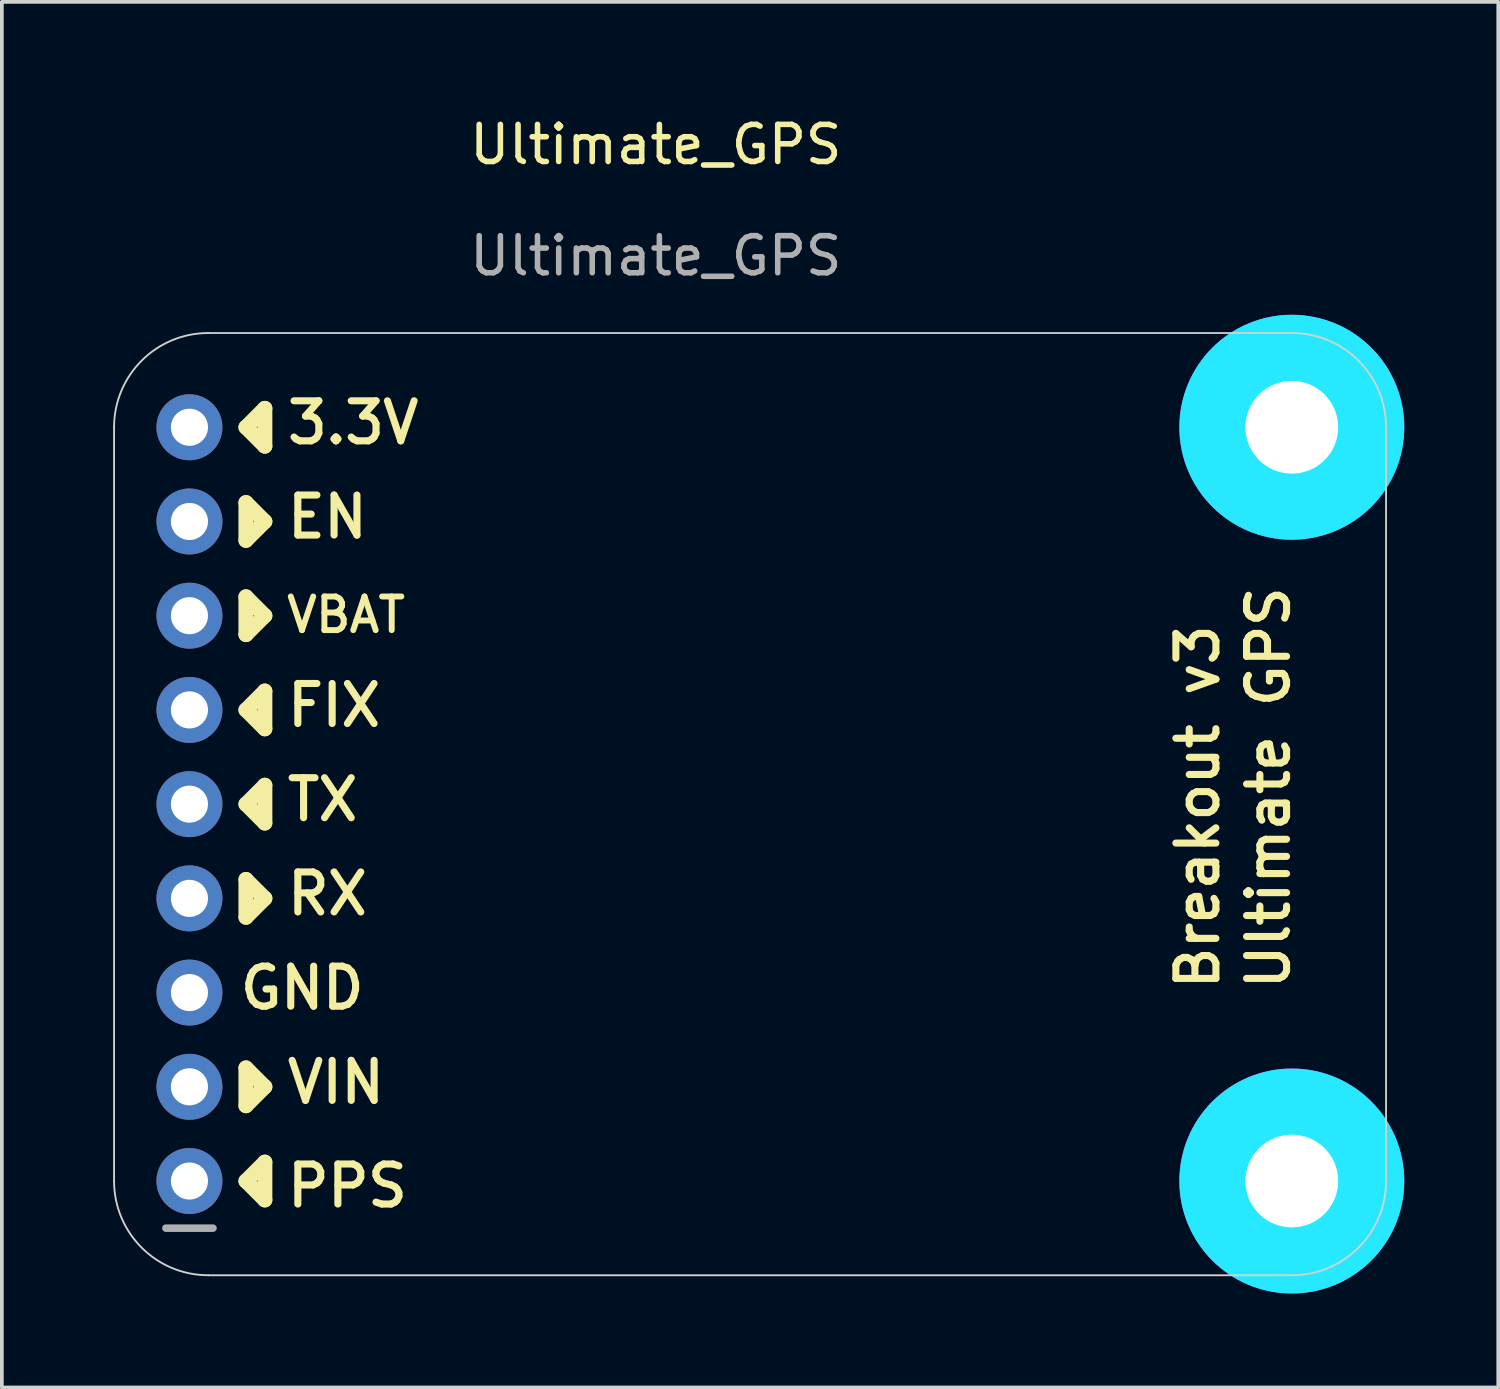
<source format=kicad_pcb>
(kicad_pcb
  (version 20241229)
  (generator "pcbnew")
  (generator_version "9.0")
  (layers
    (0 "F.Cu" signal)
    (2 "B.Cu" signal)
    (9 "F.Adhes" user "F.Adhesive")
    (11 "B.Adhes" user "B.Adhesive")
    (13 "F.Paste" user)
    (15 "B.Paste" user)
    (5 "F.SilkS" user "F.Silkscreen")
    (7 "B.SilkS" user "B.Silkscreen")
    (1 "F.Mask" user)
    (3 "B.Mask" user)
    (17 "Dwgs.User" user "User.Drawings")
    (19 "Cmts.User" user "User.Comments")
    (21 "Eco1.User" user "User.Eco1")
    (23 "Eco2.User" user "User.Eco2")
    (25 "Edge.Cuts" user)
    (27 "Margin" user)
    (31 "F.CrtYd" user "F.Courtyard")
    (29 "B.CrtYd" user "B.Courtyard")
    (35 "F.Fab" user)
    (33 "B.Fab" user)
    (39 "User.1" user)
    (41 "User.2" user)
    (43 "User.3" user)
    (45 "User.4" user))
  (footprint "Ultimate_GPS"
    (layer "F.Cu")
    (at 14.63 18.628)
    (property "Reference" "Ultimate_GPS" (at 0 -17.78 0) (unlocked yes) (layer "F.SilkS") (effects (font (size 1 1) (thickness 0.15))))
    (attr smd)
    (fp_line (start -11.049 -10.16) (end -10.541 -9.652) (stroke (width 0.406) (type solid)) (layer "F.SilkS"))
    (fp_line (start -11.049 -8.128) (end -11.049 -7.112) (stroke (width 0.406) (type solid)) (layer "F.SilkS"))
    (fp_line (start -11.049 -7.112) (end -10.541 -7.62) (stroke (width 0.406) (type solid)) (layer "F.SilkS"))
    (fp_line (start -11.049 -5.588) (end -11.049 -4.572) (stroke (width 0.406) (type solid)) (layer "F.SilkS"))
    (fp_line (start -11.049 -4.572) (end -10.541 -5.08) (stroke (width 0.406) (type solid)) (layer "F.SilkS"))
    (fp_line (start -11.049 -2.54) (end -10.541 -2.032) (stroke (width 0.406) (type solid)) (layer "F.SilkS"))
    (fp_line (start -11.049 0) (end -10.541 0.508) (stroke (width 0.406) (type solid)) (layer "F.SilkS"))
    (fp_line (start -11.049 2.032) (end -11.049 3.048) (stroke (width 0.406) (type solid)) (layer "F.SilkS"))
    (fp_line (start -11.049 3.048) (end -10.541 2.54) (stroke (width 0.406) (type solid)) (layer "F.SilkS"))
    (fp_line (start -11.049 7.112) (end -11.049 8.128) (stroke (width 0.406) (type solid)) (layer "F.SilkS"))
    (fp_line (start -11.049 8.128) (end -10.541 7.62) (stroke (width 0.406) (type solid)) (layer "F.SilkS"))
    (fp_line (start -11.049 10.16) (end -10.541 10.668) (stroke (width 0.406) (type solid)) (layer "F.SilkS"))
    (fp_line (start -10.541 -10.668) (end -11.049 -10.16) (stroke (width 0.406) (type solid)) (layer "F.SilkS"))
    (fp_line (start -10.541 -9.652) (end -10.541 -10.668) (stroke (width 0.406) (type solid)) (layer "F.SilkS"))
    (fp_line (start -10.541 -7.62) (end -11.049 -8.128) (stroke (width 0.406) (type solid)) (layer "F.SilkS"))
    (fp_line (start -10.541 -5.08) (end -11.049 -5.588) (stroke (width 0.406) (type solid)) (layer "F.SilkS"))
    (fp_line (start -10.541 -3.048) (end -11.049 -2.54) (stroke (width 0.406) (type solid)) (layer "F.SilkS"))
    (fp_line (start -10.541 -2.032) (end -10.541 -3.048) (stroke (width 0.406) (type solid)) (layer "F.SilkS"))
    (fp_line (start -10.541 -0.508) (end -11.049 0) (stroke (width 0.406) (type solid)) (layer "F.SilkS"))
    (fp_line (start -10.541 0.508) (end -10.541 -0.508) (stroke (width 0.406) (type solid)) (layer "F.SilkS"))
    (fp_line (start -10.541 2.54) (end -11.049 2.032) (stroke (width 0.406) (type solid)) (layer "F.SilkS"))
    (fp_line (start -10.541 7.62) (end -11.049 7.112) (stroke (width 0.406) (type solid)) (layer "F.SilkS"))
    (fp_line (start -10.541 9.652) (end -11.049 10.16) (stroke (width 0.406) (type solid)) (layer "F.SilkS"))
    (fp_line (start -10.541 10.668) (end -10.541 9.652) (stroke (width 0.406) (type solid)) (layer "F.SilkS"))
    (fp_circle (center 17.145 -10.16) (end 17.145 -8.16) (stroke (width 0.203) (type solid)) (fill no) (layer "F.SilkS"))
    (fp_circle (center 17.145 10.16) (end 17.145 12.16) (stroke (width 0.203) (type solid)) (fill no) (layer "F.SilkS"))
    (fp_line (start -14.605 10.16) (end -14.605 -10.16) (stroke (width 0.05) (type solid)) (layer "Edge.Cuts"))
    (fp_line (start -12.065 -12.7) (end 17.145 -12.7) (stroke (width 0.05) (type solid)) (layer "Edge.Cuts"))
    (fp_line (start 17.145 12.7) (end -12.065 12.7) (stroke (width 0.05) (type solid)) (layer "Edge.Cuts"))
    (fp_line (start 19.685 -10.16) (end 19.685 10.16) (stroke (width 0.05) (type solid)) (layer "Edge.Cuts"))
    (fp_arc (start -14.605 -10.16) (mid -13.861051 -11.956051) (end -12.065 -12.7) (stroke (width 0.05) (type solid)) (layer "Edge.Cuts"))
    (fp_arc (start -12.065 12.7) (mid -13.861051 11.956051) (end -14.605 10.16) (stroke (width 0.05) (type solid)) (layer "Edge.Cuts"))
    (fp_arc (start 17.145 -12.7) (mid 18.941051 -11.956051) (end 19.685 -10.16) (stroke (width 0.05) (type solid)) (layer "Edge.Cuts"))
    (fp_arc (start 19.685 10.16) (mid 18.941051 11.956051) (end 17.145 12.7) (stroke (width 0.05) (type solid)) (layer "Edge.Cuts"))
    (fp_circle (center 17.145 -10.16) (end 17.145 -9.16) (stroke (width 2.032) (type solid)) (fill no) (layer "B.CrtYd"))
    (fp_circle (center 17.145 10.16) (end 17.145 11.16) (stroke (width 2.032) (type solid)) (fill no) (layer "B.CrtYd"))
    (fp_circle (center 17.145 -10.16) (end 17.145 -9.16) (stroke (width 2.032) (type solid)) (fill no) (layer "F.CrtYd"))
    (fp_circle (center 17.145 10.16) (end 17.145 11.16) (stroke (width 2.032) (type solid)) (fill no) (layer "F.CrtYd"))
    (fp_line (start -13.208 11.43) (end -11.938 11.43) (stroke (width 0.203) (type solid)) (layer "F.Fab"))
    (fp_text user "3.3V" (at -10.033 -9.652 0) (layer "F.SilkS") (effects (font (size 1.079 1.079) (thickness 0.191)) (justify left bottom)))
    (fp_text user "VIN" (at -10.033 8.128 0) (layer "F.SilkS") (effects (font (size 1.079 1.079) (thickness 0.191)) (justify left bottom)))
    (fp_text user "TX" (at -10.033 0.508 0) (layer "F.SilkS") (effects (font (size 1.079 1.079) (thickness 0.191)) (justify left bottom)))
    (fp_text user "VBAT" (at -10.033 -4.572 0) (layer "F.SilkS") (effects (font (size 0.907 0.907) (thickness 0.16)) (justify left bottom)))
    (fp_text user "RX" (at -10.033 3.048 0) (layer "F.SilkS") (effects (font (size 1.079 1.079) (thickness 0.191)) (justify left bottom)))
    (fp_text user "Ultimate GPS" (at 17.145 5.08 270) (layer "F.SilkS") (effects (font (size 1.079 1.079) (thickness 0.191)) (justify left bottom)))
    (fp_text user "Breakout v3" (at 15.24 5.08 270) (layer "F.SilkS") (effects (font (size 1.079 1.079) (thickness 0.191)) (justify left bottom)))
    (fp_text user "GND" (at -11.303 5.588 0) (layer "F.SilkS") (effects (font (size 1.079 1.079) (thickness 0.191)) (justify left bottom)))
    (fp_text user "EN" (at -10.033 -7.112 0) (layer "F.SilkS") (effects (font (size 1.079 1.079) (thickness 0.191)) (justify left bottom)))
    (fp_text user "FIX" (at -10.033 -2.032 0) (layer "F.SilkS") (effects (font (size 1.079 1.079) (thickness 0.191)) (justify left bottom)))
    (fp_text user "PPS" (at -10.033 10.922 0) (layer "F.SilkS") (effects (font (size 1.079 1.079) (thickness 0.191)) (justify left bottom)))
    (fp_text user "${REFERENCE}" (at 0 -14.78 0) (unlocked yes) (layer "F.Fab") (effects (font (size 1 1) (thickness 0.15))))
    (pad "1" thru_hole circle (at -12.573 10.16 180) (size 1.778 1.778) (drill 1) (layers "*.Cu" "*.Mask"))
    (pad "2" thru_hole circle (at -12.573 7.62 180) (size 1.778 1.778) (drill 1) (layers "*.Cu" "*.Mask"))
    (pad "3" thru_hole circle (at -12.573 5.08 180) (size 1.778 1.778) (drill 1) (layers "*.Cu" "*.Mask"))
    (pad "4" thru_hole circle (at -12.573 2.54 180) (size 1.778 1.778) (drill 1) (layers "*.Cu" "*.Mask"))
    (pad "5" thru_hole circle (at -12.573 0 180) (size 1.778 1.778) (drill 1) (layers "*.Cu" "*.Mask"))
    (pad "6" thru_hole circle (at -12.573 -2.54 180) (size 1.778 1.778) (drill 1) (layers "*.Cu" "*.Mask"))
    (pad "7" thru_hole circle (at -12.573 -5.08 180) (size 1.778 1.778) (drill 1) (layers "*.Cu" "*.Mask"))
    (pad "8" thru_hole circle (at -12.573 -7.62 180) (size 1.778 1.778) (drill 1) (layers "*.Cu" "*.Mask"))
    (pad "9" thru_hole circle (at -12.573 -10.16 180) (size 1.778 1.778) (drill 1) (layers "*.Cu" "*.Mask"))
    (pad "P$1" thru_hole circle (at 17.145 -10.16 270) (size 3.2 3.2) (drill 2.5) (layers "*.Cu" "*.Mask"))
    (pad "P$1" thru_hole circle (at 17.145 10.16 270) (size 3.2 3.2) (drill 2.5) (layers "*.Cu" "*.Mask"))
    (zone (net_name "") (layer "F.Cu") (hatch edge 0.508) (connect_pads) (min_thickness 0.254) (filled_areas_thickness no) (keepout (tracks not_allowed) (vias not_allowed) (pads not_allowed) (copperpour not_allowed) (footprints allowed)) (placement (enabled no)) (fill) (polygon (pts (xy 31.775 10.484) (xy 32.125 10.454) (xy 32.465 10.363) (xy 32.783 10.214) (xy 33.071 10.013) (xy 33.319 9.764) (xy 33.521 9.476) (xy 33.669 9.158) (xy 33.76 8.818) (xy 33.791 8.468) (xy 33.76 8.118) (xy 33.669 7.779) (xy 33.521 7.46) (xy 33.319 7.172) (xy 33.071 6.924) (xy 32.783 6.722) (xy 32.465 6.574) (xy 32.125 6.483) (xy 31.775 6.452) (xy 31.425 6.483) (xy 31.085 6.574) (xy 30.767 6.722) (xy 30.479 6.924) (xy 30.231 7.172) (xy 30.029 7.46) (xy 29.881 7.779) (xy 29.79 8.118) (xy 29.759 8.468) (xy 29.79 8.818) (xy 29.881 9.158) (xy 30.029 9.476) (xy 30.231 9.764) (xy 30.479 10.013) (xy 30.767 10.214) (xy 31.085 10.363) (xy 31.425 10.454))) (polygon (pts (xy 31.775 8.452) (xy 31.772 8.452) (xy 31.77 8.453) (xy 31.767 8.454) (xy 31.765 8.456) (xy 31.763 8.458) (xy 31.761 8.46) (xy 31.76 8.463) (xy 31.759 8.465) (xy 31.759 8.468) (xy 31.759 8.471) (xy 31.76 8.474) (xy 31.761 8.476) (xy 31.763 8.479) (xy 31.765 8.481) (xy 31.767 8.482) (xy 31.77 8.483) (xy 31.772 8.484) (xy 31.775 8.484) (xy 31.778 8.484) (xy 31.78 8.483) (xy 31.783 8.482) (xy 31.785 8.481) (xy 31.787 8.479) (xy 31.789 8.476) (xy 31.79 8.474) (xy 31.791 8.471) (xy 31.791 8.468) (xy 31.791 8.465) (xy 31.79 8.463) (xy 31.789 8.46) (xy 31.787 8.458) (xy 31.785 8.456) (xy 31.783 8.454) (xy 31.78 8.453) (xy 31.778 8.452))))
    (zone (net_name "") (layer "F.Cu") (hatch edge 0.508) (connect_pads) (min_thickness 0.254) (filled_areas_thickness no) (keepout (tracks not_allowed) (vias not_allowed) (pads not_allowed) (copperpour not_allowed) (footprints allowed)) (placement (enabled no)) (fill) (polygon (pts (xy 31.775 30.804) (xy 32.125 30.774) (xy 32.465 30.683) (xy 32.783 30.534) (xy 33.071 30.333) (xy 33.319 30.084) (xy 33.521 29.796) (xy 33.669 29.478) (xy 33.76 29.138) (xy 33.791 28.788) (xy 33.76 28.438) (xy 33.669 28.099) (xy 33.521 27.78) (xy 33.319 27.492) (xy 33.071 27.244) (xy 32.783 27.042) (xy 32.465 26.894) (xy 32.125 26.803) (xy 31.775 26.772) (xy 31.425 26.803) (xy 31.085 26.894) (xy 30.767 27.042) (xy 30.479 27.244) (xy 30.231 27.492) (xy 30.029 27.78) (xy 29.881 28.099) (xy 29.79 28.438) (xy 29.759 28.788) (xy 29.79 29.138) (xy 29.881 29.478) (xy 30.029 29.796) (xy 30.231 30.084) (xy 30.479 30.333) (xy 30.767 30.534) (xy 31.085 30.683) (xy 31.425 30.774))) (polygon (pts (xy 31.775 28.772) (xy 31.772 28.772) (xy 31.77 28.773) (xy 31.767 28.774) (xy 31.765 28.776) (xy 31.763 28.778) (xy 31.761 28.78) (xy 31.76 28.783) (xy 31.759 28.785) (xy 31.759 28.788) (xy 31.759 28.791) (xy 31.76 28.794) (xy 31.761 28.796) (xy 31.763 28.799) (xy 31.765 28.801) (xy 31.767 28.802) (xy 31.77 28.803) (xy 31.772 28.804) (xy 31.775 28.804) (xy 31.778 28.804) (xy 31.78 28.803) (xy 31.783 28.802) (xy 31.785 28.801) (xy 31.787 28.799) (xy 31.789 28.796) (xy 31.79 28.794) (xy 31.791 28.791) (xy 31.791 28.788) (xy 31.791 28.785) (xy 31.79 28.783) (xy 31.789 28.78) (xy 31.787 28.778) (xy 31.785 28.776) (xy 31.783 28.774) (xy 31.78 28.773) (xy 31.778 28.772))))
    (zone (net_name "") (layer "B.Cu") (hatch edge 0.508) (connect_pads) (min_thickness 0.254) (filled_areas_thickness no) (keepout (tracks not_allowed) (vias not_allowed) (pads not_allowed) (copperpour not_allowed) (footprints allowed)) (placement (enabled no)) (fill) (polygon (pts (xy 31.775 10.484) (xy 32.125 10.454) (xy 32.465 10.363) (xy 32.783 10.214) (xy 33.071 10.013) (xy 33.319 9.764) (xy 33.521 9.476) (xy 33.669 9.158) (xy 33.76 8.818) (xy 33.791 8.468) (xy 33.76 8.118) (xy 33.669 7.779) (xy 33.521 7.46) (xy 33.319 7.172) (xy 33.071 6.924) (xy 32.783 6.722) (xy 32.465 6.574) (xy 32.125 6.483) (xy 31.775 6.452) (xy 31.425 6.483) (xy 31.085 6.574) (xy 30.767 6.722) (xy 30.479 6.924) (xy 30.231 7.172) (xy 30.029 7.46) (xy 29.881 7.779) (xy 29.79 8.118) (xy 29.759 8.468) (xy 29.79 8.818) (xy 29.881 9.158) (xy 30.029 9.476) (xy 30.231 9.764) (xy 30.479 10.013) (xy 30.767 10.214) (xy 31.085 10.363) (xy 31.425 10.454))) (polygon (pts (xy 31.775 8.452) (xy 31.772 8.452) (xy 31.77 8.453) (xy 31.767 8.454) (xy 31.765 8.456) (xy 31.763 8.458) (xy 31.761 8.46) (xy 31.76 8.463) (xy 31.759 8.465) (xy 31.759 8.468) (xy 31.759 8.471) (xy 31.76 8.474) (xy 31.761 8.476) (xy 31.763 8.479) (xy 31.765 8.481) (xy 31.767 8.482) (xy 31.77 8.483) (xy 31.772 8.484) (xy 31.775 8.484) (xy 31.778 8.484) (xy 31.78 8.483) (xy 31.783 8.482) (xy 31.785 8.481) (xy 31.787 8.479) (xy 31.789 8.476) (xy 31.79 8.474) (xy 31.791 8.471) (xy 31.791 8.468) (xy 31.791 8.465) (xy 31.79 8.463) (xy 31.789 8.46) (xy 31.787 8.458) (xy 31.785 8.456) (xy 31.783 8.454) (xy 31.78 8.453) (xy 31.778 8.452))))
    (zone (net_name "") (layer "B.Cu") (hatch edge 0.508) (connect_pads) (min_thickness 0.254) (filled_areas_thickness no) (keepout (tracks not_allowed) (vias not_allowed) (pads not_allowed) (copperpour not_allowed) (footprints allowed)) (placement (enabled no)) (fill) (polygon (pts (xy 31.775 30.804) (xy 32.125 30.774) (xy 32.465 30.683) (xy 32.783 30.534) (xy 33.071 30.333) (xy 33.319 30.084) (xy 33.521 29.796) (xy 33.669 29.478) (xy 33.76 29.138) (xy 33.791 28.788) (xy 33.76 28.438) (xy 33.669 28.099) (xy 33.521 27.78) (xy 33.319 27.492) (xy 33.071 27.244) (xy 32.783 27.042) (xy 32.465 26.894) (xy 32.125 26.803) (xy 31.775 26.772) (xy 31.425 26.803) (xy 31.085 26.894) (xy 30.767 27.042) (xy 30.479 27.244) (xy 30.231 27.492) (xy 30.029 27.78) (xy 29.881 28.099) (xy 29.79 28.438) (xy 29.759 28.788) (xy 29.79 29.138) (xy 29.881 29.478) (xy 30.029 29.796) (xy 30.231 30.084) (xy 30.479 30.333) (xy 30.767 30.534) (xy 31.085 30.683) (xy 31.425 30.774))) (polygon (pts (xy 31.775 28.772) (xy 31.772 28.772) (xy 31.77 28.773) (xy 31.767 28.774) (xy 31.765 28.776) (xy 31.763 28.778) (xy 31.761 28.78) (xy 31.76 28.783) (xy 31.759 28.785) (xy 31.759 28.788) (xy 31.759 28.791) (xy 31.76 28.794) (xy 31.761 28.796) (xy 31.763 28.799) (xy 31.765 28.801) (xy 31.767 28.802) (xy 31.77 28.803) (xy 31.772 28.804) (xy 31.775 28.804) (xy 31.778 28.804) (xy 31.78 28.803) (xy 31.783 28.802) (xy 31.785 28.801) (xy 31.787 28.799) (xy 31.789 28.796) (xy 31.79 28.794) (xy 31.791 28.791) (xy 31.791 28.788) (xy 31.791 28.785) (xy 31.79 28.783) (xy 31.789 28.78) (xy 31.787 28.778) (xy 31.785 28.776) (xy 31.783 28.774) (xy 31.78 28.773) (xy 31.778 28.772)))))
  (gr_rect
    (start -3 -3)
    (end 37.34 34.353)
    (stroke (width 0.1) (type default))
    (fill no)
    (layer "Edge.Cuts")))
</source>
